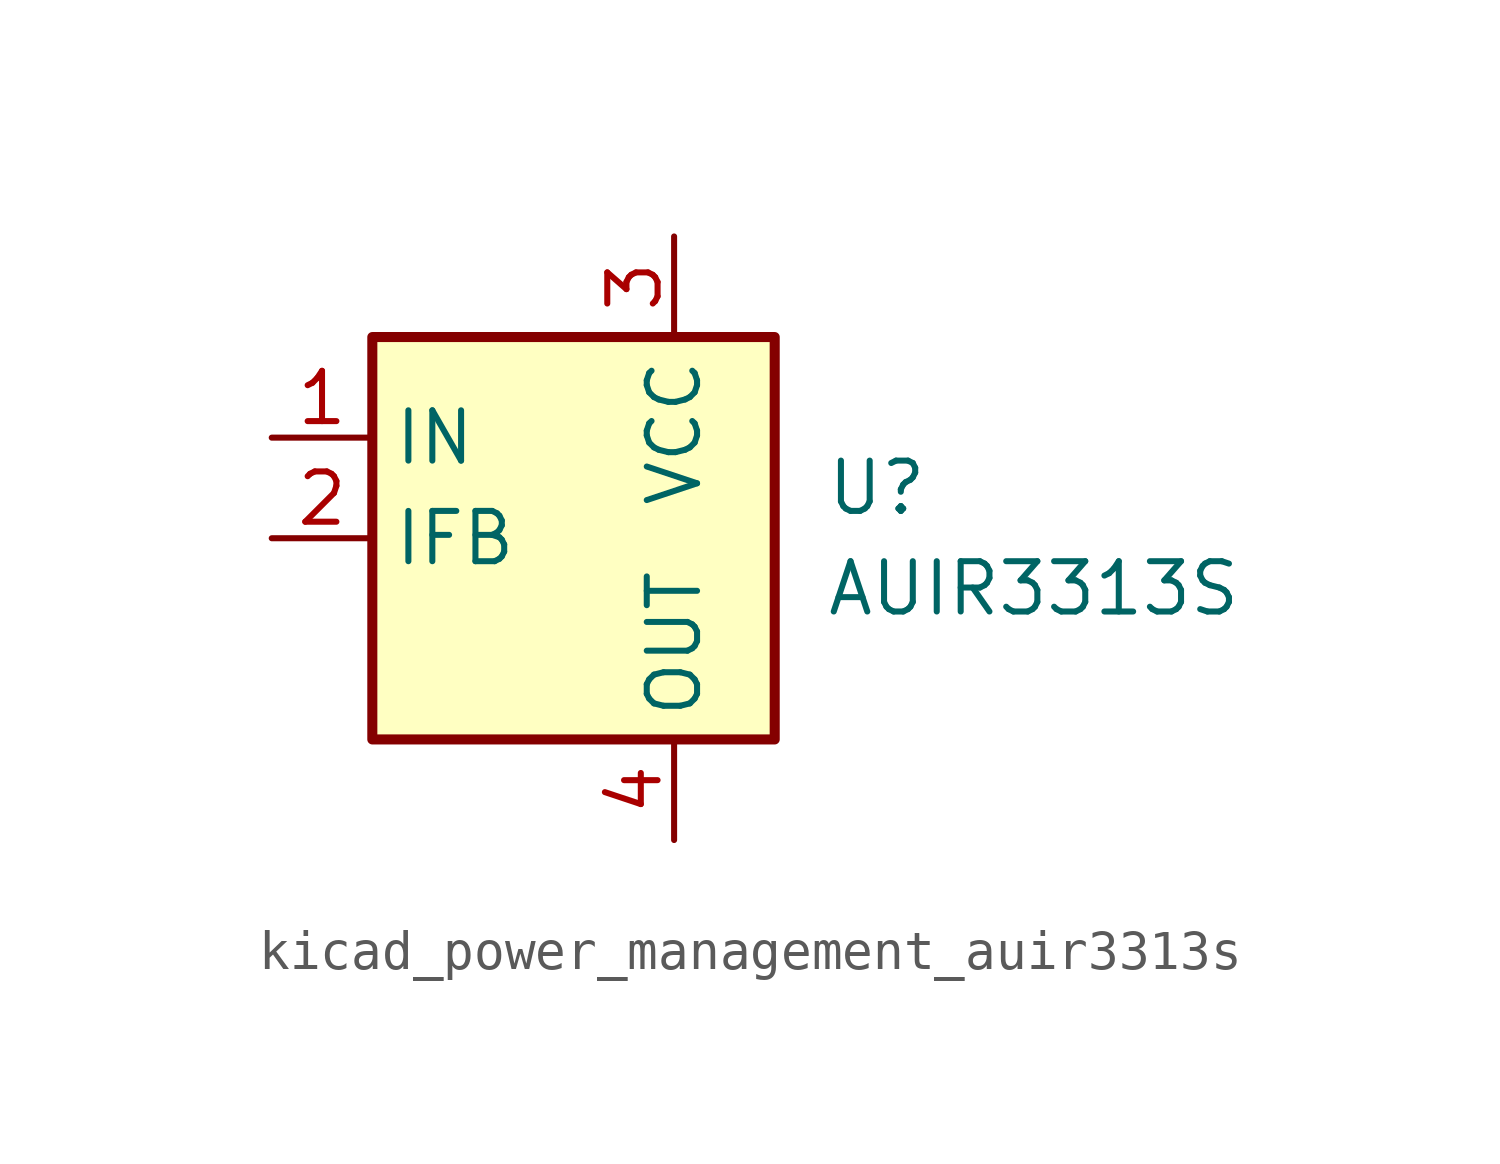
<source format=kicad_sym>
(kicad_symbol_lib
  (version 20220914)
  (generator kicad_symbol_editor)
  (symbol "kicad_power_management_auir3313s"
    (property "Reference" "U"
      (at 3.81 1.27 0)
      (effects (font (size 1.27 1.27)) (justify left)))
    (property "Value" "AUIR3313S"
      (at 3.81 -1.27 0)
      (effects (font (size 1.27 1.27)) (justify left)))
    (symbol "kicad_power_management_auir3313s_0_1"
      (rectangle (start -7.62 5.08) (end 2.54 -5.08) (stroke (width 0.254) (type default)) (fill (type background))))
    (symbol "kicad_power_management_auir3313s_1_1"
      (pin input line (at -10.16 2.54 0) (length 2.54) (name "IN" (effects (font (size 1.27 1.27)))) (number "1" (effects (font (size 1.27 1.27)))))
      (pin output line (at -10.16 0 0) (length 2.54) (name "IFB" (effects (font (size 1.27 1.27)))) (number "2" (effects (font (size 1.27 1.27)))))
      (pin power_in line (at 0 7.62 270) (length 2.54) (name "VCC" (effects (font (size 1.27 1.27)))) (number "3" (effects (font (size 1.27 1.27)))))
      (pin power_out line (at 0 -7.62 90) (length 2.54) (name "OUT" (effects (font (size 1.27 1.27)))) (number "4" (effects (font (size 1.27 1.27)))))
      (pin passive line (at 0 -7.62 90) (length 2.54) hide (name "OUT" (effects (font (size 1.27 1.27)))) (number "5" (effects (font (size 1.27 1.27))))))))
</source>
